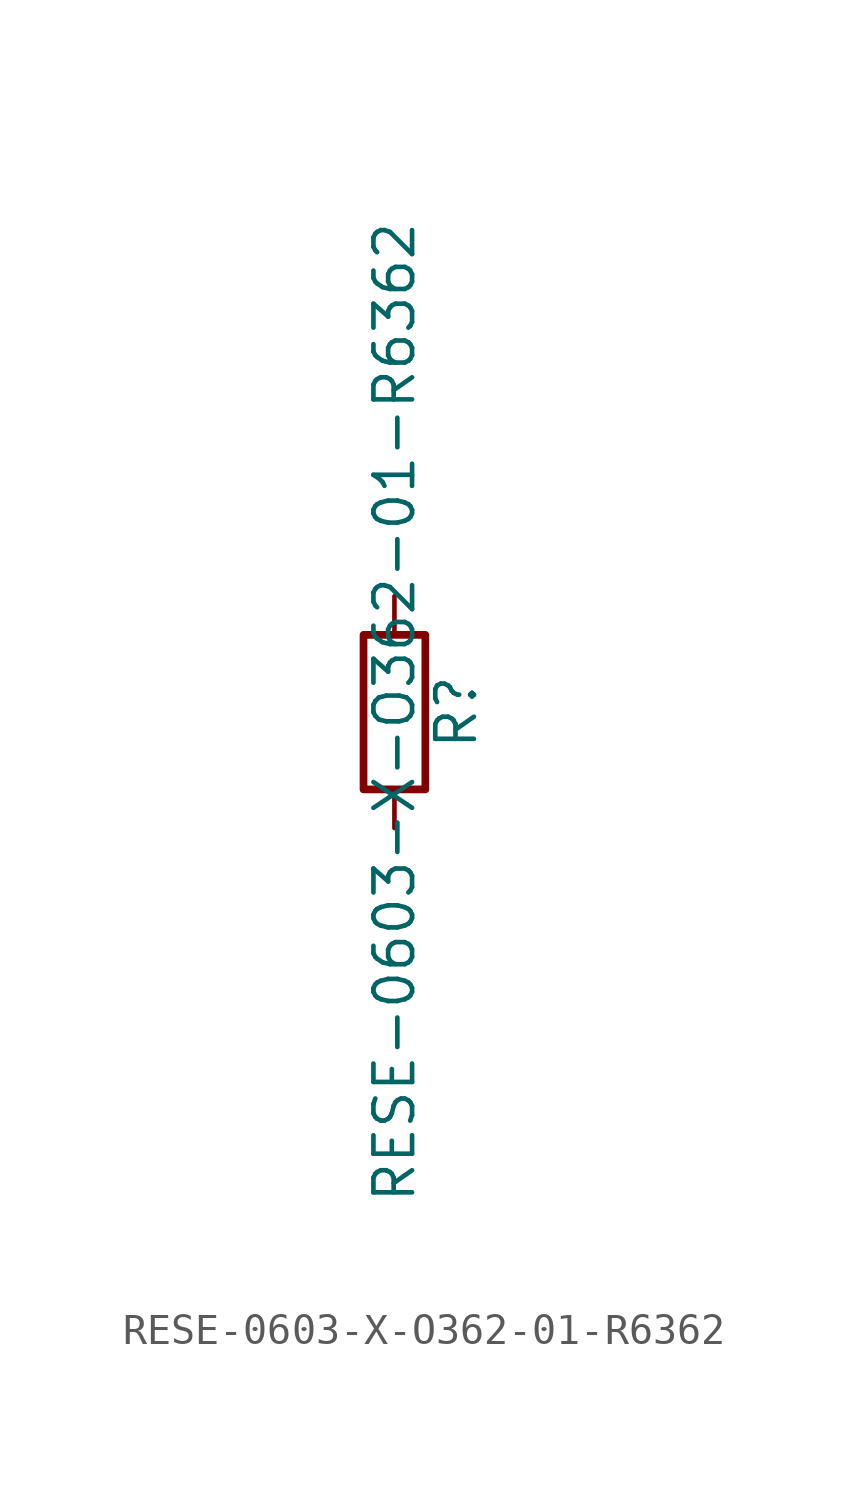
<source format=kicad_sym>
(kicad_symbol_lib
  (version 20211014)
  (generator kicad_symbol_editor)
  (symbol "RESE-0603-X-O362-01-R6362"
    (pin_numbers hide)
    (pin_names
      (offset 0))
    (property "Reference" "R"
      (at 2.032 0 90)
      (effects (font (size 1.27 1.27))))
    (property "Value" "RESE-0603-X-O362-01-R6362"
      (at 0 0 90)
      (effects (font (size 1.27 1.27))))
    (symbol "RESE-0603-X-O362-01-R6362_0_1"
      (rectangle (start -1.016 -2.54) (end 1.016 2.54) (stroke (width 0.254) (type default) (color 0 0 0 0)) (fill (type none))))
    (symbol "RESE-0603-X-O362-01-R6362_1_1"
      (pin passive line (at 0 3.81 270) (length 1.27) (name "~" (effects (font (size 1.27 1.27)))) (number "1" (effects (font (size 1.27 1.27)))))
      (pin passive line (at 0 -3.81 90) (length 1.27) (name "~" (effects (font (size 1.27 1.27)))) (number "2" (effects (font (size 1.27 1.27))))))))
</source>
